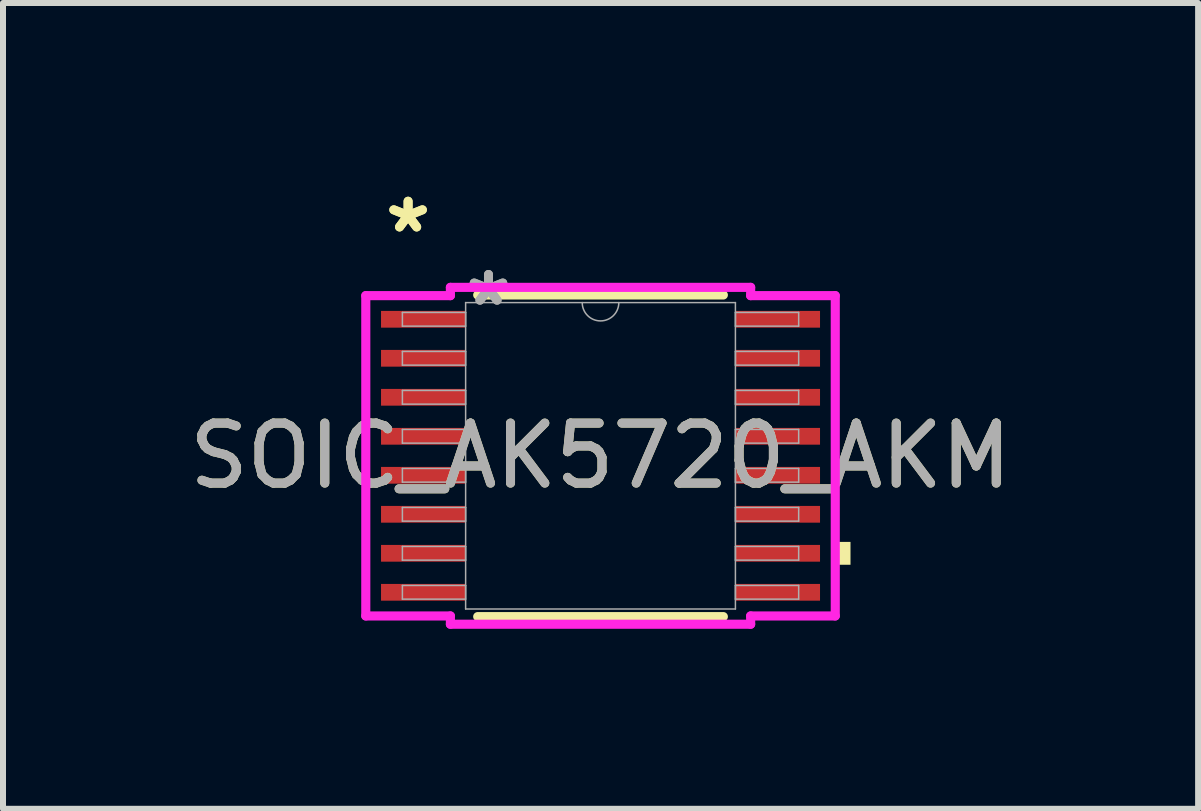
<source format=kicad_pcb>
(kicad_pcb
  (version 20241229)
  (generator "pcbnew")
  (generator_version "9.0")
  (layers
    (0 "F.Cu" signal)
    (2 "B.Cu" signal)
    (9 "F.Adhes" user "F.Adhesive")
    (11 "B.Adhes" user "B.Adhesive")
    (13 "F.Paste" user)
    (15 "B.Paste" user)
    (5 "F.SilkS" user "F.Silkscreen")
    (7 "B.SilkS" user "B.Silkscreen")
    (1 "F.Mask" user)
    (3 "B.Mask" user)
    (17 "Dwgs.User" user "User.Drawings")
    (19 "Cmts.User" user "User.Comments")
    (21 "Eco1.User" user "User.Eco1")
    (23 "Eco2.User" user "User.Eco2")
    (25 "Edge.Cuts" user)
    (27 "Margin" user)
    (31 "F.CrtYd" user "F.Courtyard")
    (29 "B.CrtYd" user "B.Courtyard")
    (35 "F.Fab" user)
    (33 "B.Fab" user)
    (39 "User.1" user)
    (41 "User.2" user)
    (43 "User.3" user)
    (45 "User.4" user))
  (footprint "SOIC_AK5720_AKM"
    (layer "F.Cu")
    (at 6.958 4.546)
    (property "Reference" "SOIC_AK5720_AKM" (at 0 0 0) (unlocked yes) (layer "F.SilkS") (effects (font (size 1 1) (thickness 0.15))))
    (attr smd)
    (fp_line (start -2.047 2.68) (end 2.047 2.68) (stroke (width 0.152) (type solid)) (layer "F.SilkS"))
    (fp_line (start 2.047 -2.68) (end -2.047 -2.68) (stroke (width 0.152) (type solid)) (layer "F.SilkS"))
    (fp_poly (pts (xy 4.166 1.435) (xy 4.166 1.816) (xy 3.912 1.816) (xy 3.912 1.435)) (stroke (width 0) (type solid)) (fill yes) (layer "F.SilkS"))
    (fp_line (start -3.912 -2.669) (end -2.502 -2.669) (stroke (width 0.152) (type solid)) (layer "F.CrtYd"))
    (fp_line (start -3.912 2.669) (end -3.912 -2.669) (stroke (width 0.152) (type solid)) (layer "F.CrtYd"))
    (fp_line (start -3.912 2.669) (end -2.502 2.669) (stroke (width 0.152) (type solid)) (layer "F.CrtYd"))
    (fp_line (start -2.502 -2.807) (end 2.502 -2.807) (stroke (width 0.152) (type solid)) (layer "F.CrtYd"))
    (fp_line (start -2.502 -2.669) (end -2.502 -2.807) (stroke (width 0.152) (type solid)) (layer "F.CrtYd"))
    (fp_line (start -2.502 2.807) (end -2.502 2.669) (stroke (width 0.152) (type solid)) (layer "F.CrtYd"))
    (fp_line (start 2.502 -2.807) (end 2.502 -2.669) (stroke (width 0.152) (type solid)) (layer "F.CrtYd"))
    (fp_line (start 2.502 2.669) (end 2.502 2.807) (stroke (width 0.152) (type solid)) (layer "F.CrtYd"))
    (fp_line (start 2.502 2.807) (end -2.502 2.807) (stroke (width 0.152) (type solid)) (layer "F.CrtYd"))
    (fp_line (start 3.912 -2.669) (end 2.502 -2.669) (stroke (width 0.152) (type solid)) (layer "F.CrtYd"))
    (fp_line (start 3.912 -2.669) (end 3.912 2.669) (stroke (width 0.152) (type solid)) (layer "F.CrtYd"))
    (fp_line (start 3.912 2.669) (end 2.502 2.669) (stroke (width 0.152) (type solid)) (layer "F.CrtYd"))
    (fp_line (start -3.302 -2.389) (end -3.302 -2.161) (stroke (width 0.025) (type solid)) (layer "F.Fab"))
    (fp_line (start -3.302 -2.161) (end -2.248 -2.161) (stroke (width 0.025) (type solid)) (layer "F.Fab"))
    (fp_line (start -3.302 -1.739) (end -3.302 -1.511) (stroke (width 0.025) (type solid)) (layer "F.Fab"))
    (fp_line (start -3.302 -1.511) (end -2.248 -1.511) (stroke (width 0.025) (type solid)) (layer "F.Fab"))
    (fp_line (start -3.302 -1.089) (end -3.302 -0.861) (stroke (width 0.025) (type solid)) (layer "F.Fab"))
    (fp_line (start -3.302 -0.861) (end -2.248 -0.861) (stroke (width 0.025) (type solid)) (layer "F.Fab"))
    (fp_line (start -3.302 -0.439) (end -3.302 -0.211) (stroke (width 0.025) (type solid)) (layer "F.Fab"))
    (fp_line (start -3.302 -0.211) (end -2.248 -0.211) (stroke (width 0.025) (type solid)) (layer "F.Fab"))
    (fp_line (start -3.302 0.211) (end -3.302 0.439) (stroke (width 0.025) (type solid)) (layer "F.Fab"))
    (fp_line (start -3.302 0.439) (end -2.248 0.439) (stroke (width 0.025) (type solid)) (layer "F.Fab"))
    (fp_line (start -3.302 0.861) (end -3.302 1.089) (stroke (width 0.025) (type solid)) (layer "F.Fab"))
    (fp_line (start -3.302 1.089) (end -2.248 1.089) (stroke (width 0.025) (type solid)) (layer "F.Fab"))
    (fp_line (start -3.302 1.511) (end -3.302 1.739) (stroke (width 0.025) (type solid)) (layer "F.Fab"))
    (fp_line (start -3.302 1.739) (end -2.248 1.739) (stroke (width 0.025) (type solid)) (layer "F.Fab"))
    (fp_line (start -3.302 2.161) (end -3.302 2.389) (stroke (width 0.025) (type solid)) (layer "F.Fab"))
    (fp_line (start -3.302 2.389) (end -2.248 2.389) (stroke (width 0.025) (type solid)) (layer "F.Fab"))
    (fp_line (start -2.248 -2.553) (end -2.248 2.553) (stroke (width 0.025) (type solid)) (layer "F.Fab"))
    (fp_line (start -2.248 -2.389) (end -3.302 -2.389) (stroke (width 0.025) (type solid)) (layer "F.Fab"))
    (fp_line (start -2.248 -2.161) (end -2.248 -2.389) (stroke (width 0.025) (type solid)) (layer "F.Fab"))
    (fp_line (start -2.248 -1.739) (end -3.302 -1.739) (stroke (width 0.025) (type solid)) (layer "F.Fab"))
    (fp_line (start -2.248 -1.511) (end -2.248 -1.739) (stroke (width 0.025) (type solid)) (layer "F.Fab"))
    (fp_line (start -2.248 -1.089) (end -3.302 -1.089) (stroke (width 0.025) (type solid)) (layer "F.Fab"))
    (fp_line (start -2.248 -0.861) (end -2.248 -1.089) (stroke (width 0.025) (type solid)) (layer "F.Fab"))
    (fp_line (start -2.248 -0.439) (end -3.302 -0.439) (stroke (width 0.025) (type solid)) (layer "F.Fab"))
    (fp_line (start -2.248 -0.211) (end -2.248 -0.439) (stroke (width 0.025) (type solid)) (layer "F.Fab"))
    (fp_line (start -2.248 0.211) (end -3.302 0.211) (stroke (width 0.025) (type solid)) (layer "F.Fab"))
    (fp_line (start -2.248 0.439) (end -2.248 0.211) (stroke (width 0.025) (type solid)) (layer "F.Fab"))
    (fp_line (start -2.248 0.861) (end -3.302 0.861) (stroke (width 0.025) (type solid)) (layer "F.Fab"))
    (fp_line (start -2.248 1.089) (end -2.248 0.861) (stroke (width 0.025) (type solid)) (layer "F.Fab"))
    (fp_line (start -2.248 1.511) (end -3.302 1.511) (stroke (width 0.025) (type solid)) (layer "F.Fab"))
    (fp_line (start -2.248 1.739) (end -2.248 1.511) (stroke (width 0.025) (type solid)) (layer "F.Fab"))
    (fp_line (start -2.248 2.161) (end -3.302 2.161) (stroke (width 0.025) (type solid)) (layer "F.Fab"))
    (fp_line (start -2.248 2.389) (end -2.248 2.161) (stroke (width 0.025) (type solid)) (layer "F.Fab"))
    (fp_line (start -2.248 2.553) (end 2.248 2.553) (stroke (width 0.025) (type solid)) (layer "F.Fab"))
    (fp_line (start 2.248 -2.553) (end -2.248 -2.553) (stroke (width 0.025) (type solid)) (layer "F.Fab"))
    (fp_line (start 2.248 -2.389) (end 2.248 -2.161) (stroke (width 0.025) (type solid)) (layer "F.Fab"))
    (fp_line (start 2.248 -2.161) (end 3.302 -2.161) (stroke (width 0.025) (type solid)) (layer "F.Fab"))
    (fp_line (start 2.248 -1.739) (end 2.248 -1.511) (stroke (width 0.025) (type solid)) (layer "F.Fab"))
    (fp_line (start 2.248 -1.511) (end 3.302 -1.511) (stroke (width 0.025) (type solid)) (layer "F.Fab"))
    (fp_line (start 2.248 -1.089) (end 2.248 -0.861) (stroke (width 0.025) (type solid)) (layer "F.Fab"))
    (fp_line (start 2.248 -0.861) (end 3.302 -0.861) (stroke (width 0.025) (type solid)) (layer "F.Fab"))
    (fp_line (start 2.248 -0.439) (end 2.248 -0.211) (stroke (width 0.025) (type solid)) (layer "F.Fab"))
    (fp_line (start 2.248 -0.211) (end 3.302 -0.211) (stroke (width 0.025) (type solid)) (layer "F.Fab"))
    (fp_line (start 2.248 0.211) (end 2.248 0.439) (stroke (width 0.025) (type solid)) (layer "F.Fab"))
    (fp_line (start 2.248 0.439) (end 3.302 0.439) (stroke (width 0.025) (type solid)) (layer "F.Fab"))
    (fp_line (start 2.248 0.861) (end 2.248 1.089) (stroke (width 0.025) (type solid)) (layer "F.Fab"))
    (fp_line (start 2.248 1.089) (end 3.302 1.089) (stroke (width 0.025) (type solid)) (layer "F.Fab"))
    (fp_line (start 2.248 1.511) (end 2.248 1.739) (stroke (width 0.025) (type solid)) (layer "F.Fab"))
    (fp_line (start 2.248 1.739) (end 3.302 1.739) (stroke (width 0.025) (type solid)) (layer "F.Fab"))
    (fp_line (start 2.248 2.161) (end 2.248 2.389) (stroke (width 0.025) (type solid)) (layer "F.Fab"))
    (fp_line (start 2.248 2.389) (end 3.302 2.389) (stroke (width 0.025) (type solid)) (layer "F.Fab"))
    (fp_line (start 2.248 2.553) (end 2.248 -2.553) (stroke (width 0.025) (type solid)) (layer "F.Fab"))
    (fp_line (start 3.302 -2.389) (end 2.248 -2.389) (stroke (width 0.025) (type solid)) (layer "F.Fab"))
    (fp_line (start 3.302 -2.161) (end 3.302 -2.389) (stroke (width 0.025) (type solid)) (layer "F.Fab"))
    (fp_line (start 3.302 -1.739) (end 2.248 -1.739) (stroke (width 0.025) (type solid)) (layer "F.Fab"))
    (fp_line (start 3.302 -1.511) (end 3.302 -1.739) (stroke (width 0.025) (type solid)) (layer "F.Fab"))
    (fp_line (start 3.302 -1.089) (end 2.248 -1.089) (stroke (width 0.025) (type solid)) (layer "F.Fab"))
    (fp_line (start 3.302 -0.861) (end 3.302 -1.089) (stroke (width 0.025) (type solid)) (layer "F.Fab"))
    (fp_line (start 3.302 -0.439) (end 2.248 -0.439) (stroke (width 0.025) (type solid)) (layer "F.Fab"))
    (fp_line (start 3.302 -0.211) (end 3.302 -0.439) (stroke (width 0.025) (type solid)) (layer "F.Fab"))
    (fp_line (start 3.302 0.211) (end 2.248 0.211) (stroke (width 0.025) (type solid)) (layer "F.Fab"))
    (fp_line (start 3.302 0.439) (end 3.302 0.211) (stroke (width 0.025) (type solid)) (layer "F.Fab"))
    (fp_line (start 3.302 0.861) (end 2.248 0.861) (stroke (width 0.025) (type solid)) (layer "F.Fab"))
    (fp_line (start 3.302 1.089) (end 3.302 0.861) (stroke (width 0.025) (type solid)) (layer "F.Fab"))
    (fp_line (start 3.302 1.511) (end 2.248 1.511) (stroke (width 0.025) (type solid)) (layer "F.Fab"))
    (fp_line (start 3.302 1.739) (end 3.302 1.511) (stroke (width 0.025) (type solid)) (layer "F.Fab"))
    (fp_line (start 3.302 2.161) (end 2.248 2.161) (stroke (width 0.025) (type solid)) (layer "F.Fab"))
    (fp_line (start 3.302 2.389) (end 3.302 2.161) (stroke (width 0.025) (type solid)) (layer "F.Fab"))
    (fp_arc (start 0.3048 -2.5527) (mid 0 -2.2479) (end -0.3048 -2.5527) (stroke (width 0.0254) (type solid)) (layer "F.Fab"))
    (fp_text user "*" (at -3.207 -3.697 0) (layer "F.SilkS") (effects (font (size 1 1) (thickness 0.15))))
    (fp_text user "*" (at -3.207 -3.697 0) (unlocked yes) (layer "F.SilkS") (effects (font (size 1 1) (thickness 0.15))))
    (fp_text user "*" (at -1.867 -2.477 0) (unlocked yes) (layer "F.Fab") (effects (font (size 1 1) (thickness 0.15))))
    (fp_text user "*" (at -1.867 -2.477 0) (layer "F.Fab") (effects (font (size 1 1) (thickness 0.15))))
    (fp_text user "${REFERENCE}" (at 0 0 0) (unlocked yes) (layer "F.Fab") (effects (font (size 1 1) (thickness 0.15))))
    (pad "1" smd rect (at -2.953 -2.275) (size 1.41 0.279) (layers "F.Cu" "F.Mask" "F.Paste"))
    (pad "2" smd rect (at -2.953 -1.625) (size 1.41 0.279) (layers "F.Cu" "F.Mask" "F.Paste"))
    (pad "3" smd rect (at -2.953 -0.975) (size 1.41 0.279) (layers "F.Cu" "F.Mask" "F.Paste"))
    (pad "4" smd rect (at -2.953 -0.325) (size 1.41 0.279) (layers "F.Cu" "F.Mask" "F.Paste"))
    (pad "5" smd rect (at -2.953 0.325) (size 1.41 0.279) (layers "F.Cu" "F.Mask" "F.Paste"))
    (pad "6" smd rect (at -2.953 0.975) (size 1.41 0.279) (layers "F.Cu" "F.Mask" "F.Paste"))
    (pad "7" smd rect (at -2.953 1.625) (size 1.41 0.279) (layers "F.Cu" "F.Mask" "F.Paste"))
    (pad "8" smd rect (at -2.953 2.275) (size 1.41 0.279) (layers "F.Cu" "F.Mask" "F.Paste"))
    (pad "9" smd rect (at 2.953 2.275) (size 1.41 0.279) (layers "F.Cu" "F.Mask" "F.Paste"))
    (pad "10" smd rect (at 2.953 1.625) (size 1.41 0.279) (layers "F.Cu" "F.Mask" "F.Paste"))
    (pad "11" smd rect (at 2.953 0.975) (size 1.41 0.279) (layers "F.Cu" "F.Mask" "F.Paste"))
    (pad "12" smd rect (at 2.953 0.325) (size 1.41 0.279) (layers "F.Cu" "F.Mask" "F.Paste"))
    (pad "13" smd rect (at 2.953 -0.325) (size 1.41 0.279) (layers "F.Cu" "F.Mask" "F.Paste"))
    (pad "14" smd rect (at 2.953 -0.975) (size 1.41 0.279) (layers "F.Cu" "F.Mask" "F.Paste"))
    (pad "15" smd rect (at 2.953 -1.625) (size 1.41 0.279) (layers "F.Cu" "F.Mask" "F.Paste"))
    (pad "16" smd rect (at 2.953 -2.275) (size 1.41 0.279) (layers "F.Cu" "F.Mask" "F.Paste")))
  (gr_rect
    (start -3 -3)
    (end 16.917 10.429)
    (stroke (width 0.1) (type default))
    (fill no)
    (layer "Edge.Cuts")))
</source>
